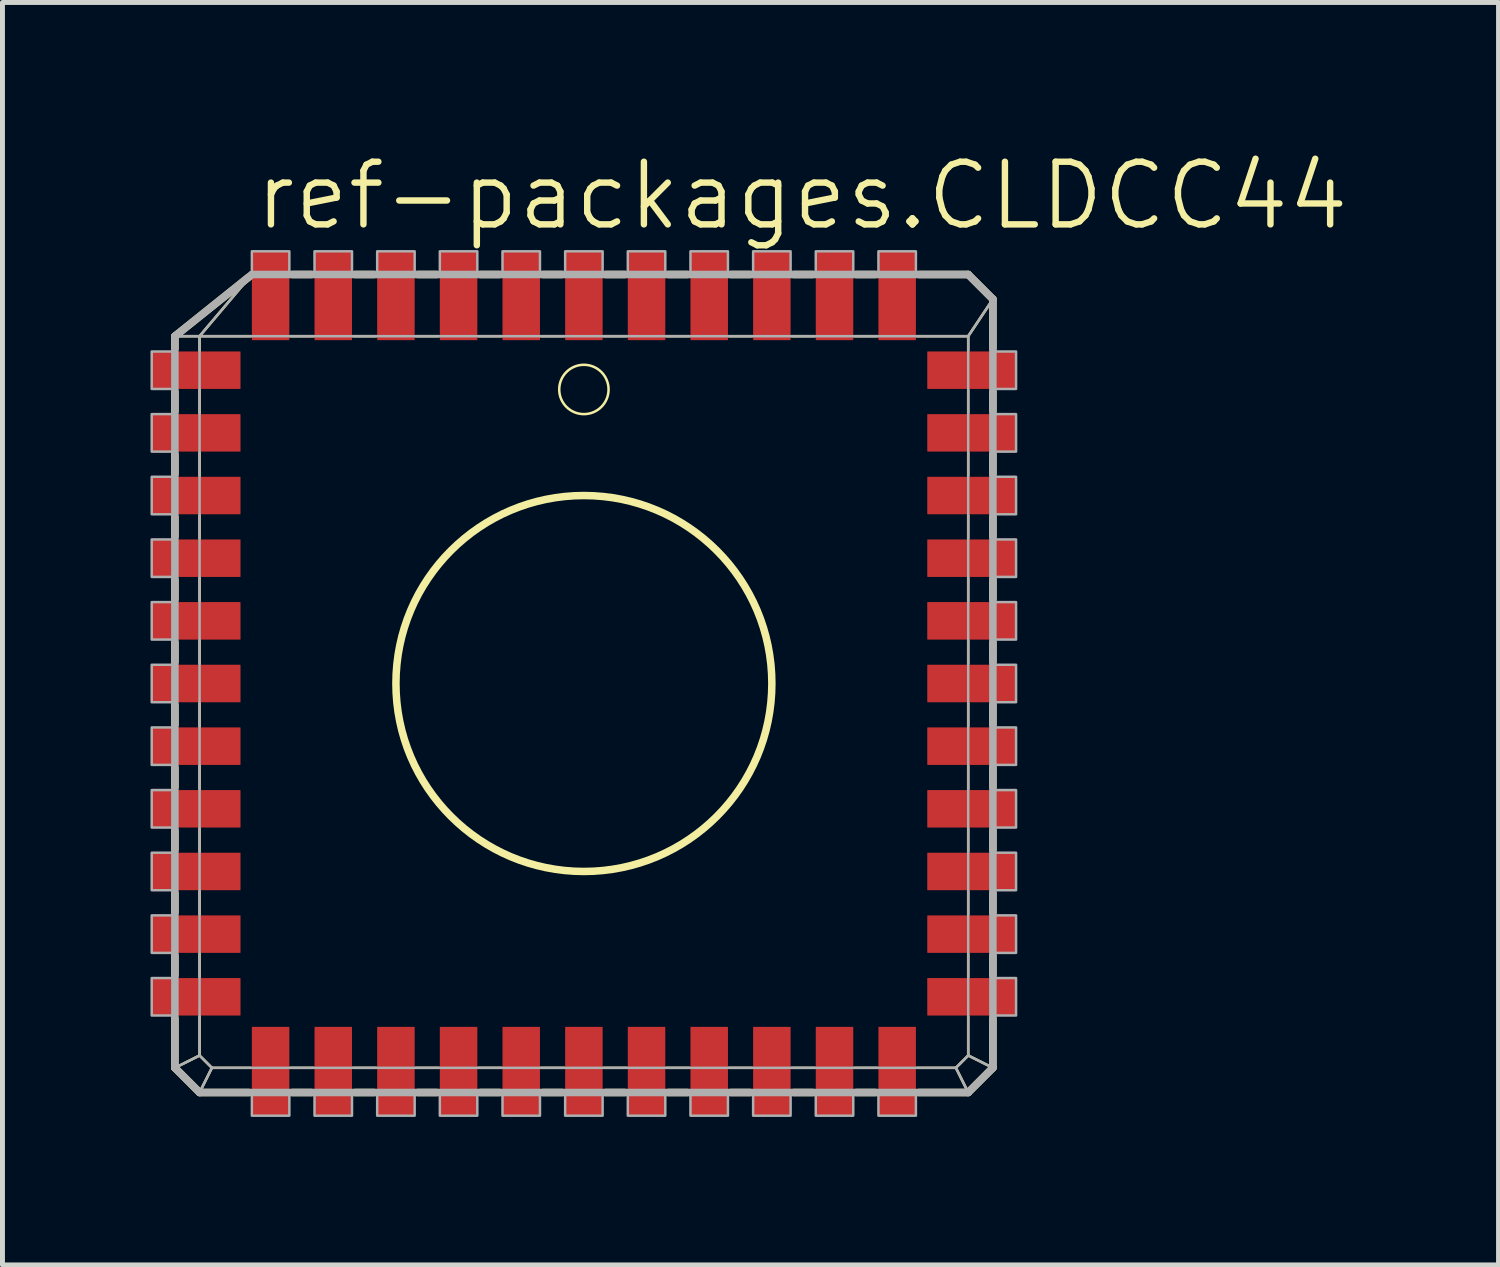
<source format=kicad_pcb>
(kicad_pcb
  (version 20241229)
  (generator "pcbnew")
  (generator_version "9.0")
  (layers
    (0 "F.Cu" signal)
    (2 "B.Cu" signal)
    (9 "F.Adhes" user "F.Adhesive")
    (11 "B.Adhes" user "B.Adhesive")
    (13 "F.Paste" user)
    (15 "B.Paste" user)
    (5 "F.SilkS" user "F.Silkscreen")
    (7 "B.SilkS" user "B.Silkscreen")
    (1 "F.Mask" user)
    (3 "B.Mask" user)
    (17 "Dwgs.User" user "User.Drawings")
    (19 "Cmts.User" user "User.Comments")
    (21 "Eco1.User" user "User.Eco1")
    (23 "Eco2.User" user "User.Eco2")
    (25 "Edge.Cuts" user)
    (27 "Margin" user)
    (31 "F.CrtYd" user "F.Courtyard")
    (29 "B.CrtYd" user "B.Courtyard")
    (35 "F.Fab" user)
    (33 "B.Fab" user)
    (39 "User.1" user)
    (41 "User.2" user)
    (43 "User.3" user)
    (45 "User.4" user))
  (footprint "ref-packages.CLDCC44"
    (layer "F.Cu")
    (at 8.785 10.804)
    (property "Reference" "ref-packages.CLDCC44" (at -6.731 -9.144 0) (layer "F.SilkS") (effects (font (size 1.27 1.27) (thickness 0.13)) (justify left bottom)))
    (attr smd)
    (fp_line (start -8.29 -7.04) (end -7.79 -7.04) (stroke (width 0.051) (type default)) (layer "F.SilkS"))
    (fp_line (start -8.29 -7.04) (end -6.79 -8.24) (stroke (width 0.152) (type default)) (layer "F.SilkS"))
    (fp_line (start -8.29 -6.79) (end -8.29 -7.04) (stroke (width 0.152) (type default)) (layer "F.SilkS"))
    (fp_line (start -8.29 -5.52) (end -8.29 -5.91) (stroke (width 0.152) (type default)) (layer "F.SilkS"))
    (fp_line (start -8.29 -4.25) (end -8.29 -4.64) (stroke (width 0.152) (type default)) (layer "F.SilkS"))
    (fp_line (start -8.29 -2.98) (end -8.29 -3.37) (stroke (width 0.152) (type default)) (layer "F.SilkS"))
    (fp_line (start -8.29 -1.71) (end -8.29 -2.1) (stroke (width 0.152) (type default)) (layer "F.SilkS"))
    (fp_line (start -8.29 -0.44) (end -8.29 -0.83) (stroke (width 0.152) (type default)) (layer "F.SilkS"))
    (fp_line (start -8.29 0.83) (end -8.29 0.44) (stroke (width 0.152) (type default)) (layer "F.SilkS"))
    (fp_line (start -8.29 2.1) (end -8.29 1.71) (stroke (width 0.152) (type default)) (layer "F.SilkS"))
    (fp_line (start -8.29 3.37) (end -8.29 2.98) (stroke (width 0.152) (type default)) (layer "F.SilkS"))
    (fp_line (start -8.29 4.64) (end -8.29 4.25) (stroke (width 0.152) (type default)) (layer "F.SilkS"))
    (fp_line (start -8.29 5.91) (end -8.29 5.52) (stroke (width 0.152) (type default)) (layer "F.SilkS"))
    (fp_line (start -8.29 7.79) (end -8.29 6.79) (stroke (width 0.152) (type default)) (layer "F.SilkS"))
    (fp_line (start -8.29 7.79) (end -7.79 7.54) (stroke (width 0.051) (type default)) (layer "F.SilkS"))
    (fp_line (start -7.79 -7.04) (end -6.75 -8.27) (stroke (width 0.051) (type default)) (layer "F.SilkS"))
    (fp_line (start -7.79 -7.04) (end -6.75 -7.04) (stroke (width 0.051) (type default)) (layer "F.SilkS"))
    (fp_line (start -7.79 -6.75) (end -7.79 -7.04) (stroke (width 0.051) (type default)) (layer "F.SilkS"))
    (fp_line (start -7.79 -5.48) (end -7.79 -5.95) (stroke (width 0.051) (type default)) (layer "F.SilkS"))
    (fp_line (start -7.79 -4.21) (end -7.79 -4.68) (stroke (width 0.051) (type default)) (layer "F.SilkS"))
    (fp_line (start -7.79 -2.94) (end -7.79 -3.41) (stroke (width 0.051) (type default)) (layer "F.SilkS"))
    (fp_line (start -7.79 -1.67) (end -7.79 -2.14) (stroke (width 0.051) (type default)) (layer "F.SilkS"))
    (fp_line (start -7.79 -0.4) (end -7.79 -0.87) (stroke (width 0.051) (type default)) (layer "F.SilkS"))
    (fp_line (start -7.79 0.87) (end -7.79 0.4) (stroke (width 0.051) (type default)) (layer "F.SilkS"))
    (fp_line (start -7.79 2.14) (end -7.79 1.67) (stroke (width 0.051) (type default)) (layer "F.SilkS"))
    (fp_line (start -7.79 3.41) (end -7.79 2.94) (stroke (width 0.051) (type default)) (layer "F.SilkS"))
    (fp_line (start -7.79 4.68) (end -7.79 4.21) (stroke (width 0.051) (type default)) (layer "F.SilkS"))
    (fp_line (start -7.79 5.95) (end -7.79 5.48) (stroke (width 0.051) (type default)) (layer "F.SilkS"))
    (fp_line (start -7.79 7.54) (end -7.79 6.75) (stroke (width 0.051) (type default)) (layer "F.SilkS"))
    (fp_line (start -7.79 8.29) (end -8.29 7.79) (stroke (width 0.152) (type default)) (layer "F.SilkS"))
    (fp_line (start -7.79 8.29) (end -7.54 7.79) (stroke (width 0.051) (type default)) (layer "F.SilkS"))
    (fp_line (start -7.54 7.79) (end -7.79 7.54) (stroke (width 0.051) (type default)) (layer "F.SilkS"))
    (fp_line (start -6.79 8.29) (end -7.79 8.29) (stroke (width 0.152) (type default)) (layer "F.SilkS"))
    (fp_line (start -6.75 7.79) (end -7.54 7.79) (stroke (width 0.051) (type default)) (layer "F.SilkS"))
    (fp_line (start -5.95 -7.04) (end -5.48 -7.04) (stroke (width 0.051) (type default)) (layer "F.SilkS"))
    (fp_line (start -5.91 -8.29) (end -5.52 -8.29) (stroke (width 0.152) (type default)) (layer "F.SilkS"))
    (fp_line (start -5.52 8.29) (end -5.91 8.29) (stroke (width 0.152) (type default)) (layer "F.SilkS"))
    (fp_line (start -5.48 7.79) (end -5.95 7.79) (stroke (width 0.051) (type default)) (layer "F.SilkS"))
    (fp_line (start -4.68 -7.04) (end -4.21 -7.04) (stroke (width 0.051) (type default)) (layer "F.SilkS"))
    (fp_line (start -4.64 -8.29) (end -4.25 -8.29) (stroke (width 0.152) (type default)) (layer "F.SilkS"))
    (fp_line (start -4.25 8.29) (end -4.64 8.29) (stroke (width 0.152) (type default)) (layer "F.SilkS"))
    (fp_line (start -4.21 7.79) (end -4.68 7.79) (stroke (width 0.051) (type default)) (layer "F.SilkS"))
    (fp_line (start -3.41 -7.04) (end -2.94 -7.04) (stroke (width 0.051) (type default)) (layer "F.SilkS"))
    (fp_line (start -3.37 -8.29) (end -2.98 -8.29) (stroke (width 0.152) (type default)) (layer "F.SilkS"))
    (fp_line (start -2.98 8.29) (end -3.37 8.29) (stroke (width 0.152) (type default)) (layer "F.SilkS"))
    (fp_line (start -2.94 7.79) (end -3.41 7.79) (stroke (width 0.051) (type default)) (layer "F.SilkS"))
    (fp_line (start -2.14 -7.04) (end -1.67 -7.04) (stroke (width 0.051) (type default)) (layer "F.SilkS"))
    (fp_line (start -2.1 -8.29) (end -1.71 -8.29) (stroke (width 0.152) (type default)) (layer "F.SilkS"))
    (fp_line (start -1.71 8.29) (end -2.1 8.29) (stroke (width 0.152) (type default)) (layer "F.SilkS"))
    (fp_line (start -1.67 7.79) (end -2.14 7.79) (stroke (width 0.051) (type default)) (layer "F.SilkS"))
    (fp_line (start -0.87 -7.04) (end -0.4 -7.04) (stroke (width 0.051) (type default)) (layer "F.SilkS"))
    (fp_line (start -0.83 -8.29) (end -0.44 -8.29) (stroke (width 0.152) (type default)) (layer "F.SilkS"))
    (fp_line (start -0.44 8.29) (end -0.83 8.29) (stroke (width 0.152) (type default)) (layer "F.SilkS"))
    (fp_line (start -0.4 7.79) (end -0.87 7.79) (stroke (width 0.051) (type default)) (layer "F.SilkS"))
    (fp_line (start 0.4 -7.04) (end 0.87 -7.04) (stroke (width 0.051) (type default)) (layer "F.SilkS"))
    (fp_line (start 0.44 -8.29) (end 0.83 -8.29) (stroke (width 0.152) (type default)) (layer "F.SilkS"))
    (fp_line (start 0.83 8.29) (end 0.44 8.29) (stroke (width 0.152) (type default)) (layer "F.SilkS"))
    (fp_line (start 0.87 7.79) (end 0.4 7.79) (stroke (width 0.051) (type default)) (layer "F.SilkS"))
    (fp_line (start 1.67 -7.04) (end 2.14 -7.04) (stroke (width 0.051) (type default)) (layer "F.SilkS"))
    (fp_line (start 1.71 -8.29) (end 2.1 -8.29) (stroke (width 0.152) (type default)) (layer "F.SilkS"))
    (fp_line (start 2.1 8.29) (end 1.71 8.29) (stroke (width 0.152) (type default)) (layer "F.SilkS"))
    (fp_line (start 2.14 7.79) (end 1.67 7.79) (stroke (width 0.051) (type default)) (layer "F.SilkS"))
    (fp_line (start 2.94 -7.04) (end 3.41 -7.04) (stroke (width 0.051) (type default)) (layer "F.SilkS"))
    (fp_line (start 2.98 -8.29) (end 3.37 -8.29) (stroke (width 0.152) (type default)) (layer "F.SilkS"))
    (fp_line (start 3.37 8.29) (end 2.98 8.29) (stroke (width 0.152) (type default)) (layer "F.SilkS"))
    (fp_line (start 3.41 7.79) (end 2.94 7.79) (stroke (width 0.051) (type default)) (layer "F.SilkS"))
    (fp_line (start 4.21 -7.04) (end 4.68 -7.04) (stroke (width 0.051) (type default)) (layer "F.SilkS"))
    (fp_line (start 4.25 -8.29) (end 4.64 -8.29) (stroke (width 0.152) (type default)) (layer "F.SilkS"))
    (fp_line (start 4.64 8.29) (end 4.25 8.29) (stroke (width 0.152) (type default)) (layer "F.SilkS"))
    (fp_line (start 4.68 7.79) (end 4.21 7.79) (stroke (width 0.051) (type default)) (layer "F.SilkS"))
    (fp_line (start 5.48 -7.04) (end 5.95 -7.04) (stroke (width 0.051) (type default)) (layer "F.SilkS"))
    (fp_line (start 5.52 -8.29) (end 5.91 -8.29) (stroke (width 0.152) (type default)) (layer "F.SilkS"))
    (fp_line (start 5.91 8.29) (end 5.52 8.29) (stroke (width 0.152) (type default)) (layer "F.SilkS"))
    (fp_line (start 5.95 7.79) (end 5.48 7.79) (stroke (width 0.051) (type default)) (layer "F.SilkS"))
    (fp_line (start 6.75 -7.04) (end 7.79 -7.04) (stroke (width 0.051) (type default)) (layer "F.SilkS"))
    (fp_line (start 6.79 -8.29) (end 7.79 -8.29) (stroke (width 0.152) (type default)) (layer "F.SilkS"))
    (fp_line (start 7.54 7.79) (end 6.75 7.79) (stroke (width 0.051) (type default)) (layer "F.SilkS"))
    (fp_line (start 7.54 7.79) (end 7.79 8.29) (stroke (width 0.051) (type default)) (layer "F.SilkS"))
    (fp_line (start 7.79 -8.29) (end 8.29 -7.79) (stroke (width 0.152) (type default)) (layer "F.SilkS"))
    (fp_line (start 7.79 -7.04) (end 7.79 -6.75) (stroke (width 0.051) (type default)) (layer "F.SilkS"))
    (fp_line (start 7.79 -5.95) (end 7.79 -5.48) (stroke (width 0.051) (type default)) (layer "F.SilkS"))
    (fp_line (start 7.79 -4.68) (end 7.79 -4.21) (stroke (width 0.051) (type default)) (layer "F.SilkS"))
    (fp_line (start 7.79 -3.41) (end 7.79 -2.94) (stroke (width 0.051) (type default)) (layer "F.SilkS"))
    (fp_line (start 7.79 -2.14) (end 7.79 -1.67) (stroke (width 0.051) (type default)) (layer "F.SilkS"))
    (fp_line (start 7.79 -0.87) (end 7.79 -0.4) (stroke (width 0.051) (type default)) (layer "F.SilkS"))
    (fp_line (start 7.79 0.4) (end 7.79 0.87) (stroke (width 0.051) (type default)) (layer "F.SilkS"))
    (fp_line (start 7.79 1.67) (end 7.79 2.14) (stroke (width 0.051) (type default)) (layer "F.SilkS"))
    (fp_line (start 7.79 2.94) (end 7.79 3.41) (stroke (width 0.051) (type default)) (layer "F.SilkS"))
    (fp_line (start 7.79 4.21) (end 7.79 4.68) (stroke (width 0.051) (type default)) (layer "F.SilkS"))
    (fp_line (start 7.79 5.48) (end 7.79 5.95) (stroke (width 0.051) (type default)) (layer "F.SilkS"))
    (fp_line (start 7.79 6.75) (end 7.79 7.54) (stroke (width 0.051) (type default)) (layer "F.SilkS"))
    (fp_line (start 7.79 7.54) (end 7.54 7.79) (stroke (width 0.051) (type default)) (layer "F.SilkS"))
    (fp_line (start 7.79 7.54) (end 8.29 7.79) (stroke (width 0.051) (type default)) (layer "F.SilkS"))
    (fp_line (start 7.79 8.29) (end 6.79 8.29) (stroke (width 0.152) (type default)) (layer "F.SilkS"))
    (fp_line (start 8.29 -7.79) (end 7.79 -7.04) (stroke (width 0.051) (type default)) (layer "F.SilkS"))
    (fp_line (start 8.29 -7.79) (end 8.29 -6.79) (stroke (width 0.152) (type default)) (layer "F.SilkS"))
    (fp_line (start 8.29 -5.91) (end 8.29 -5.52) (stroke (width 0.152) (type default)) (layer "F.SilkS"))
    (fp_line (start 8.29 -4.64) (end 8.29 -4.25) (stroke (width 0.152) (type default)) (layer "F.SilkS"))
    (fp_line (start 8.29 -3.37) (end 8.29 -2.98) (stroke (width 0.152) (type default)) (layer "F.SilkS"))
    (fp_line (start 8.29 -2.1) (end 8.29 -1.71) (stroke (width 0.152) (type default)) (layer "F.SilkS"))
    (fp_line (start 8.29 -0.83) (end 8.29 -0.44) (stroke (width 0.152) (type default)) (layer "F.SilkS"))
    (fp_line (start 8.29 0.44) (end 8.29 0.83) (stroke (width 0.152) (type default)) (layer "F.SilkS"))
    (fp_line (start 8.29 1.71) (end 8.29 2.1) (stroke (width 0.152) (type default)) (layer "F.SilkS"))
    (fp_line (start 8.29 2.98) (end 8.29 3.37) (stroke (width 0.152) (type default)) (layer "F.SilkS"))
    (fp_line (start 8.29 4.25) (end 8.29 4.64) (stroke (width 0.152) (type default)) (layer "F.SilkS"))
    (fp_line (start 8.29 5.52) (end 8.29 5.91) (stroke (width 0.152) (type default)) (layer "F.SilkS"))
    (fp_line (start 8.29 6.79) (end 8.29 7.79) (stroke (width 0.152) (type default)) (layer "F.SilkS"))
    (fp_line (start 8.29 7.79) (end 7.79 8.29) (stroke (width 0.152) (type default)) (layer "F.SilkS"))
    (fp_circle (center 0 -5.96) (end 0.5 -5.96) (stroke (width 0.051) (type default)) (fill no) (layer "F.SilkS"))
    (fp_circle (center 0 0) (end 3.81 0) (stroke (width 0.152) (type default)) (fill no) (layer "F.SilkS"))
    (fp_line (start -8.29 -7.04) (end -7.79 -7.04) (stroke (width 0.051) (type default)) (layer "F.Fab"))
    (fp_line (start -8.29 -7.04) (end -6.73 -8.29) (stroke (width 0.152) (type default)) (layer "F.Fab"))
    (fp_line (start -8.29 7.79) (end -8.29 -7.04) (stroke (width 0.152) (type default)) (layer "F.Fab"))
    (fp_line (start -8.29 7.79) (end -7.79 7.54) (stroke (width 0.051) (type default)) (layer "F.Fab"))
    (fp_line (start -7.79 -7.04) (end -6.73 -8.29) (stroke (width 0.051) (type default)) (layer "F.Fab"))
    (fp_line (start -7.79 -7.04) (end 7.79 -7.04) (stroke (width 0.051) (type default)) (layer "F.Fab"))
    (fp_line (start -7.79 7.54) (end -7.79 -7.04) (stroke (width 0.051) (type default)) (layer "F.Fab"))
    (fp_line (start -7.79 8.29) (end -8.29 7.79) (stroke (width 0.152) (type default)) (layer "F.Fab"))
    (fp_line (start -7.79 8.29) (end -7.54 7.79) (stroke (width 0.051) (type default)) (layer "F.Fab"))
    (fp_line (start -7.54 7.79) (end -7.79 7.54) (stroke (width 0.051) (type default)) (layer "F.Fab"))
    (fp_line (start -6.73 -8.29) (end 7.79 -8.29) (stroke (width 0.152) (type default)) (layer "F.Fab"))
    (fp_line (start 7.54 7.79) (end -7.54 7.79) (stroke (width 0.051) (type default)) (layer "F.Fab"))
    (fp_line (start 7.54 7.79) (end 7.79 8.29) (stroke (width 0.051) (type default)) (layer "F.Fab"))
    (fp_line (start 7.79 -8.29) (end 8.29 -7.79) (stroke (width 0.152) (type default)) (layer "F.Fab"))
    (fp_line (start 7.79 -7.04) (end 7.79 7.54) (stroke (width 0.051) (type default)) (layer "F.Fab"))
    (fp_line (start 7.79 7.54) (end 7.54 7.79) (stroke (width 0.051) (type default)) (layer "F.Fab"))
    (fp_line (start 7.79 7.54) (end 8.29 7.79) (stroke (width 0.051) (type default)) (layer "F.Fab"))
    (fp_line (start 7.79 8.29) (end -7.79 8.29) (stroke (width 0.152) (type default)) (layer "F.Fab"))
    (fp_line (start 8.29 -7.79) (end 7.79 -7.04) (stroke (width 0.051) (type default)) (layer "F.Fab"))
    (fp_line (start 8.29 -7.79) (end 8.29 7.79) (stroke (width 0.152) (type default)) (layer "F.Fab"))
    (fp_line (start 8.29 7.79) (end 7.79 8.29) (stroke (width 0.152) (type default)) (layer "F.Fab"))
    (fp_rect (start -8.76 -5.97) (end -8.29 -6.73) (stroke (width 0.05) (type default)) (fill no) (layer "F.Fab"))
    (fp_rect (start -8.76 -4.7) (end -8.29 -5.46) (stroke (width 0.05) (type default)) (fill no) (layer "F.Fab"))
    (fp_rect (start -8.76 -3.43) (end -8.29 -4.19) (stroke (width 0.05) (type default)) (fill no) (layer "F.Fab"))
    (fp_rect (start -8.76 -2.16) (end -8.29 -2.92) (stroke (width 0.05) (type default)) (fill no) (layer "F.Fab"))
    (fp_rect (start -8.76 -0.89) (end -8.29 -1.65) (stroke (width 0.05) (type default)) (fill no) (layer "F.Fab"))
    (fp_rect (start -8.76 0.38) (end -8.29 -0.38) (stroke (width 0.05) (type default)) (fill no) (layer "F.Fab"))
    (fp_rect (start -8.76 1.65) (end -8.29 0.89) (stroke (width 0.05) (type default)) (fill no) (layer "F.Fab"))
    (fp_rect (start -8.76 2.92) (end -8.29 2.16) (stroke (width 0.05) (type default)) (fill no) (layer "F.Fab"))
    (fp_rect (start -8.76 4.19) (end -8.29 3.43) (stroke (width 0.05) (type default)) (fill no) (layer "F.Fab"))
    (fp_rect (start -8.76 5.46) (end -8.29 4.7) (stroke (width 0.05) (type default)) (fill no) (layer "F.Fab"))
    (fp_rect (start -8.76 6.73) (end -8.29 5.97) (stroke (width 0.05) (type default)) (fill no) (layer "F.Fab"))
    (fp_rect (start -6.73 -8.29) (end -5.97 -8.76) (stroke (width 0.05) (type default)) (fill no) (layer "F.Fab"))
    (fp_rect (start -6.73 8.76) (end -5.97 8.29) (stroke (width 0.05) (type default)) (fill no) (layer "F.Fab"))
    (fp_rect (start -5.46 -8.29) (end -4.7 -8.76) (stroke (width 0.05) (type default)) (fill no) (layer "F.Fab"))
    (fp_rect (start -5.46 8.76) (end -4.7 8.29) (stroke (width 0.05) (type default)) (fill no) (layer "F.Fab"))
    (fp_rect (start -4.19 -8.29) (end -3.43 -8.76) (stroke (width 0.05) (type default)) (fill no) (layer "F.Fab"))
    (fp_rect (start -4.19 8.76) (end -3.43 8.29) (stroke (width 0.05) (type default)) (fill no) (layer "F.Fab"))
    (fp_rect (start -2.92 -8.29) (end -2.16 -8.76) (stroke (width 0.05) (type default)) (fill no) (layer "F.Fab"))
    (fp_rect (start -2.92 8.76) (end -2.16 8.29) (stroke (width 0.05) (type default)) (fill no) (layer "F.Fab"))
    (fp_rect (start -1.65 -8.29) (end -0.89 -8.76) (stroke (width 0.05) (type default)) (fill no) (layer "F.Fab"))
    (fp_rect (start -1.65 8.76) (end -0.89 8.29) (stroke (width 0.05) (type default)) (fill no) (layer "F.Fab"))
    (fp_rect (start -0.38 -8.29) (end 0.38 -8.76) (stroke (width 0.05) (type default)) (fill no) (layer "F.Fab"))
    (fp_rect (start -0.38 8.76) (end 0.38 8.29) (stroke (width 0.05) (type default)) (fill no) (layer "F.Fab"))
    (fp_rect (start 0.89 -8.29) (end 1.65 -8.76) (stroke (width 0.05) (type default)) (fill no) (layer "F.Fab"))
    (fp_rect (start 0.89 8.76) (end 1.65 8.29) (stroke (width 0.05) (type default)) (fill no) (layer "F.Fab"))
    (fp_rect (start 2.16 -8.29) (end 2.92 -8.76) (stroke (width 0.05) (type default)) (fill no) (layer "F.Fab"))
    (fp_rect (start 2.16 8.76) (end 2.92 8.29) (stroke (width 0.05) (type default)) (fill no) (layer "F.Fab"))
    (fp_rect (start 3.43 -8.29) (end 4.19 -8.76) (stroke (width 0.05) (type default)) (fill no) (layer "F.Fab"))
    (fp_rect (start 3.43 8.76) (end 4.19 8.29) (stroke (width 0.05) (type default)) (fill no) (layer "F.Fab"))
    (fp_rect (start 4.7 -8.29) (end 5.46 -8.76) (stroke (width 0.05) (type default)) (fill no) (layer "F.Fab"))
    (fp_rect (start 4.7 8.76) (end 5.46 8.29) (stroke (width 0.05) (type default)) (fill no) (layer "F.Fab"))
    (fp_rect (start 5.97 -8.29) (end 6.73 -8.76) (stroke (width 0.05) (type default)) (fill no) (layer "F.Fab"))
    (fp_rect (start 5.97 8.76) (end 6.73 8.29) (stroke (width 0.05) (type default)) (fill no) (layer "F.Fab"))
    (fp_rect (start 8.29 -5.97) (end 8.76 -6.73) (stroke (width 0.05) (type default)) (fill no) (layer "F.Fab"))
    (fp_rect (start 8.29 -4.7) (end 8.76 -5.46) (stroke (width 0.05) (type default)) (fill no) (layer "F.Fab"))
    (fp_rect (start 8.29 -3.43) (end 8.76 -4.19) (stroke (width 0.05) (type default)) (fill no) (layer "F.Fab"))
    (fp_rect (start 8.29 -2.16) (end 8.76 -2.92) (stroke (width 0.05) (type default)) (fill no) (layer "F.Fab"))
    (fp_rect (start 8.29 -0.89) (end 8.76 -1.65) (stroke (width 0.05) (type default)) (fill no) (layer "F.Fab"))
    (fp_rect (start 8.29 0.38) (end 8.76 -0.38) (stroke (width 0.05) (type default)) (fill no) (layer "F.Fab"))
    (fp_rect (start 8.29 1.65) (end 8.76 0.89) (stroke (width 0.05) (type default)) (fill no) (layer "F.Fab"))
    (fp_rect (start 8.29 2.92) (end 8.76 2.16) (stroke (width 0.05) (type default)) (fill no) (layer "F.Fab"))
    (fp_rect (start 8.29 4.19) (end 8.76 3.43) (stroke (width 0.05) (type default)) (fill no) (layer "F.Fab"))
    (fp_rect (start 8.29 5.46) (end 8.76 4.7) (stroke (width 0.05) (type default)) (fill no) (layer "F.Fab"))
    (fp_rect (start 8.29 6.73) (end 8.76 5.97) (stroke (width 0.05) (type default)) (fill no) (layer "F.Fab"))
    (pad "1" smd roundrect (at 0 -7.86) (size 0.76 1.8) (layers "F.Cu" "F.Mask" "F.Paste") (roundrect_rratio 0.01))
    (pad "2" smd roundrect (at -1.27 -7.86) (size 0.76 1.8) (layers "F.Cu" "F.Mask" "F.Paste") (roundrect_rratio 0.01))
    (pad "3" smd roundrect (at -2.54 -7.86) (size 0.76 1.8) (layers "F.Cu" "F.Mask" "F.Paste") (roundrect_rratio 0.01))
    (pad "4" smd roundrect (at -3.81 -7.86) (size 0.76 1.8) (layers "F.Cu" "F.Mask" "F.Paste") (roundrect_rratio 0.01))
    (pad "5" smd roundrect (at -5.08 -7.86) (size 0.76 1.8) (layers "F.Cu" "F.Mask" "F.Paste") (roundrect_rratio 0.01))
    (pad "6" smd roundrect (at -6.35 -7.86) (size 0.76 1.8) (layers "F.Cu" "F.Mask" "F.Paste") (roundrect_rratio 0.01))
    (pad "7" smd roundrect (at -7.86 -6.35) (size 1.8 0.76) (layers "F.Cu" "F.Mask" "F.Paste") (roundrect_rratio 0.01))
    (pad "8" smd roundrect (at -7.86 -5.08) (size 1.8 0.76) (layers "F.Cu" "F.Mask" "F.Paste") (roundrect_rratio 0.01))
    (pad "9" smd roundrect (at -7.86 -3.81) (size 1.8 0.76) (layers "F.Cu" "F.Mask" "F.Paste") (roundrect_rratio 0.01))
    (pad "10" smd roundrect (at -7.86 -2.54) (size 1.8 0.76) (layers "F.Cu" "F.Mask" "F.Paste") (roundrect_rratio 0.01))
    (pad "11" smd roundrect (at -7.86 -1.27) (size 1.8 0.76) (layers "F.Cu" "F.Mask" "F.Paste") (roundrect_rratio 0.01))
    (pad "12" smd roundrect (at -7.86 0) (size 1.8 0.76) (layers "F.Cu" "F.Mask" "F.Paste") (roundrect_rratio 0.01))
    (pad "13" smd roundrect (at -7.86 1.27) (size 1.8 0.76) (layers "F.Cu" "F.Mask" "F.Paste") (roundrect_rratio 0.01))
    (pad "14" smd roundrect (at -7.86 2.54) (size 1.8 0.76) (layers "F.Cu" "F.Mask" "F.Paste") (roundrect_rratio 0.01))
    (pad "15" smd roundrect (at -7.86 3.81) (size 1.8 0.76) (layers "F.Cu" "F.Mask" "F.Paste") (roundrect_rratio 0.01))
    (pad "16" smd roundrect (at -7.86 5.08) (size 1.8 0.76) (layers "F.Cu" "F.Mask" "F.Paste") (roundrect_rratio 0.01))
    (pad "17" smd roundrect (at -7.86 6.35) (size 1.8 0.76) (layers "F.Cu" "F.Mask" "F.Paste") (roundrect_rratio 0.01))
    (pad "18" smd roundrect (at -6.35 7.86) (size 0.76 1.8) (layers "F.Cu" "F.Mask" "F.Paste") (roundrect_rratio 0.01))
    (pad "19" smd roundrect (at -5.08 7.86) (size 0.76 1.8) (layers "F.Cu" "F.Mask" "F.Paste") (roundrect_rratio 0.01))
    (pad "20" smd roundrect (at -3.81 7.86) (size 0.76 1.8) (layers "F.Cu" "F.Mask" "F.Paste") (roundrect_rratio 0.01))
    (pad "21" smd roundrect (at -2.54 7.86) (size 0.76 1.8) (layers "F.Cu" "F.Mask" "F.Paste") (roundrect_rratio 0.01))
    (pad "22" smd roundrect (at -1.27 7.86) (size 0.76 1.8) (layers "F.Cu" "F.Mask" "F.Paste") (roundrect_rratio 0.01))
    (pad "23" smd roundrect (at 0 7.86) (size 0.76 1.8) (layers "F.Cu" "F.Mask" "F.Paste") (roundrect_rratio 0.01))
    (pad "24" smd roundrect (at 1.27 7.86) (size 0.76 1.8) (layers "F.Cu" "F.Mask" "F.Paste") (roundrect_rratio 0.01))
    (pad "25" smd roundrect (at 2.54 7.86) (size 0.76 1.8) (layers "F.Cu" "F.Mask" "F.Paste") (roundrect_rratio 0.01))
    (pad "26" smd roundrect (at 3.81 7.86) (size 0.76 1.8) (layers "F.Cu" "F.Mask" "F.Paste") (roundrect_rratio 0.01))
    (pad "27" smd roundrect (at 5.08 7.86) (size 0.76 1.8) (layers "F.Cu" "F.Mask" "F.Paste") (roundrect_rratio 0.01))
    (pad "28" smd roundrect (at 6.35 7.86) (size 0.76 1.8) (layers "F.Cu" "F.Mask" "F.Paste") (roundrect_rratio 0.01))
    (pad "29" smd roundrect (at 7.86 6.35) (size 1.8 0.76) (layers "F.Cu" "F.Mask" "F.Paste") (roundrect_rratio 0.01))
    (pad "30" smd roundrect (at 7.86 5.08) (size 1.8 0.76) (layers "F.Cu" "F.Mask" "F.Paste") (roundrect_rratio 0.01))
    (pad "31" smd roundrect (at 7.86 3.81) (size 1.8 0.76) (layers "F.Cu" "F.Mask" "F.Paste") (roundrect_rratio 0.01))
    (pad "32" smd roundrect (at 7.86 2.54) (size 1.8 0.76) (layers "F.Cu" "F.Mask" "F.Paste") (roundrect_rratio 0.01))
    (pad "33" smd roundrect (at 7.86 1.27) (size 1.8 0.76) (layers "F.Cu" "F.Mask" "F.Paste") (roundrect_rratio 0.01))
    (pad "34" smd roundrect (at 7.86 0) (size 1.8 0.76) (layers "F.Cu" "F.Mask" "F.Paste") (roundrect_rratio 0.01))
    (pad "35" smd roundrect (at 7.86 -1.27) (size 1.8 0.76) (layers "F.Cu" "F.Mask" "F.Paste") (roundrect_rratio 0.01))
    (pad "36" smd roundrect (at 7.86 -2.54) (size 1.8 0.76) (layers "F.Cu" "F.Mask" "F.Paste") (roundrect_rratio 0.01))
    (pad "37" smd roundrect (at 7.86 -3.81) (size 1.8 0.76) (layers "F.Cu" "F.Mask" "F.Paste") (roundrect_rratio 0.01))
    (pad "38" smd roundrect (at 7.86 -5.08) (size 1.8 0.76) (layers "F.Cu" "F.Mask" "F.Paste") (roundrect_rratio 0.01))
    (pad "39" smd roundrect (at 7.86 -6.35) (size 1.8 0.76) (layers "F.Cu" "F.Mask" "F.Paste") (roundrect_rratio 0.01))
    (pad "40" smd roundrect (at 6.35 -7.86) (size 0.76 1.8) (layers "F.Cu" "F.Mask" "F.Paste") (roundrect_rratio 0.01))
    (pad "41" smd roundrect (at 5.08 -7.86) (size 0.76 1.8) (layers "F.Cu" "F.Mask" "F.Paste") (roundrect_rratio 0.01))
    (pad "42" smd roundrect (at 3.81 -7.86) (size 0.76 1.8) (layers "F.Cu" "F.Mask" "F.Paste") (roundrect_rratio 0.01))
    (pad "43" smd roundrect (at 2.54 -7.86) (size 0.76 1.8) (layers "F.Cu" "F.Mask" "F.Paste") (roundrect_rratio 0.01))
    (pad "44" smd roundrect (at 1.27 -7.86) (size 0.76 1.8) (layers "F.Cu" "F.Mask" "F.Paste") (roundrect_rratio 0.01)))
  (gr_rect
    (start -3 -3)
    (end 27.324 22.589)
    (stroke (width 0.1) (type default))
    (fill no)
    (layer "Edge.Cuts")))
</source>
